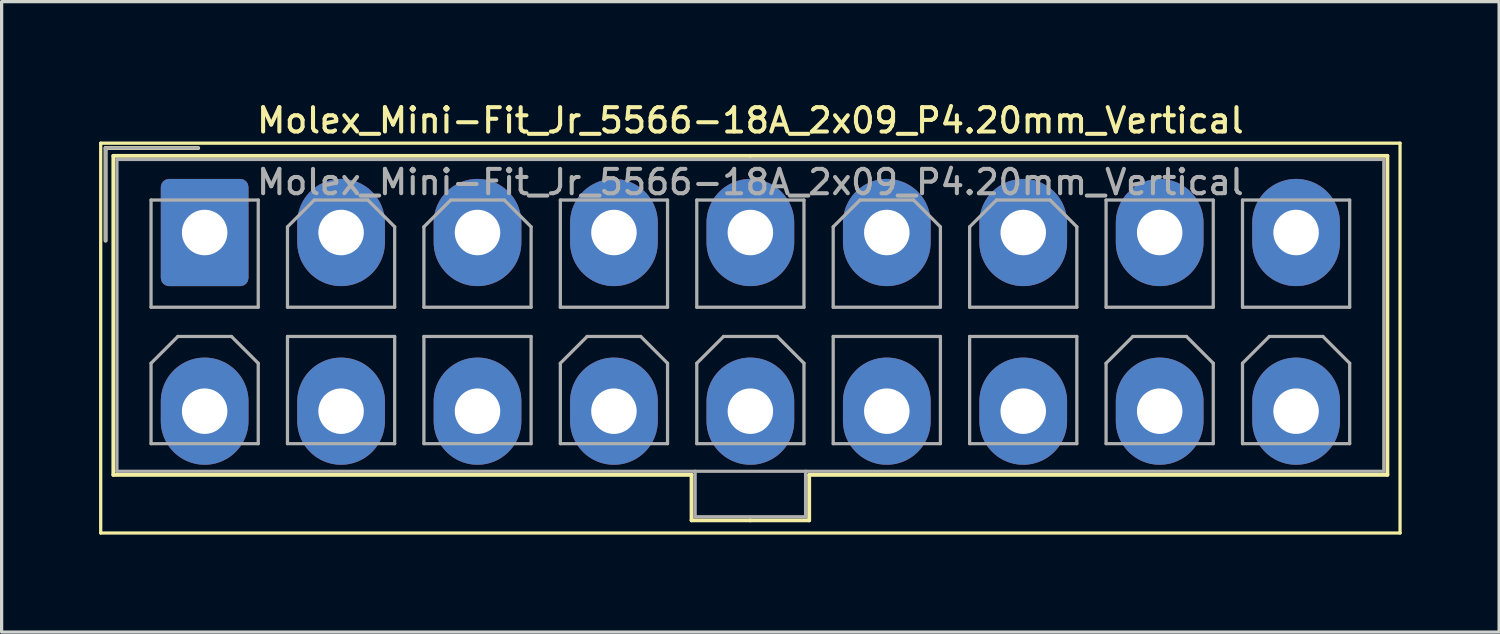
<source format=kicad_pcb>
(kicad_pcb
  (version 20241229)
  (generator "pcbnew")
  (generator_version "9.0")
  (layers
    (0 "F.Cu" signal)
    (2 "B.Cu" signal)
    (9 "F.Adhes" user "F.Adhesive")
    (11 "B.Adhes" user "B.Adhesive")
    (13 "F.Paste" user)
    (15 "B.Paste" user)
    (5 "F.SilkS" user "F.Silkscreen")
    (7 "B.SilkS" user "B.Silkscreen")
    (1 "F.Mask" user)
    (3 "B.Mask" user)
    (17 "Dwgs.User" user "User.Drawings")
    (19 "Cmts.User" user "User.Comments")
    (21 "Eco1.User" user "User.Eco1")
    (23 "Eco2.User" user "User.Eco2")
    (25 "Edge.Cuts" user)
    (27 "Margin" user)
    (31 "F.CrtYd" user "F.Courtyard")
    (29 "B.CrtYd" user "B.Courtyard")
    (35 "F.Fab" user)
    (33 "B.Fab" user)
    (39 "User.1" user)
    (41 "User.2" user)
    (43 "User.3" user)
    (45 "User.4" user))
  (footprint "Molex_Mini-Fit_Jr_5566-18A_2x09_P4.20mm_Vertical"
    (layer "F.Cu")
    (at 3.25 4.108)
    (property "Reference" "Molex_Mini-Fit_Jr_5566-18A_2x09_P4.20mm_Vertical" (at 16.8 -3.45 0) (layer "F.SilkS") (effects (font (size 0.75 0.75) (thickness 0.125))))
    (attr through_hole)
    (fp_line (start -3.2 -2.75) (end -3.2 9.25) (stroke (width 0.1) (type solid)) (layer "F.SilkS"))
    (fp_line (start -3.2 9.25) (end 36.8 9.25) (stroke (width 0.1) (type solid)) (layer "F.SilkS"))
    (fp_line (start -3.05 -2.6) (end -3.05 0.25) (stroke (width 0.12) (type solid)) (layer "F.SilkS"))
    (fp_line (start -2.81 -2.36) (end -2.81 7.46) (stroke (width 0.12) (type solid)) (layer "F.SilkS"))
    (fp_line (start -2.81 7.46) (end 14.99 7.46) (stroke (width 0.12) (type solid)) (layer "F.SilkS"))
    (fp_line (start -0.2 -2.6) (end -3.05 -2.6) (stroke (width 0.12) (type solid)) (layer "F.SilkS"))
    (fp_line (start 14.99 7.46) (end 14.99 8.86) (stroke (width 0.12) (type solid)) (layer "F.SilkS"))
    (fp_line (start 14.99 8.86) (end 16.8 8.86) (stroke (width 0.12) (type solid)) (layer "F.SilkS"))
    (fp_line (start 16.8 -2.36) (end -2.81 -2.36) (stroke (width 0.12) (type solid)) (layer "F.SilkS"))
    (fp_line (start 16.8 -2.36) (end 36.41 -2.36) (stroke (width 0.12) (type solid)) (layer "F.SilkS"))
    (fp_line (start 18.61 7.46) (end 18.61 8.86) (stroke (width 0.12) (type solid)) (layer "F.SilkS"))
    (fp_line (start 18.61 8.86) (end 16.8 8.86) (stroke (width 0.12) (type solid)) (layer "F.SilkS"))
    (fp_line (start 36.41 -2.36) (end 36.41 7.46) (stroke (width 0.12) (type solid)) (layer "F.SilkS"))
    (fp_line (start 36.41 7.46) (end 18.61 7.46) (stroke (width 0.12) (type solid)) (layer "F.SilkS"))
    (fp_line (start 36.8 -2.75) (end -3.2 -2.75) (stroke (width 0.1) (type solid)) (layer "F.SilkS"))
    (fp_line (start 36.8 9.25) (end 36.8 -2.75) (stroke (width 0.1) (type solid)) (layer "F.SilkS"))
    (fp_line (start -3.05 -2.6) (end -3.05 0.25) (stroke (width 0.1) (type solid)) (layer "F.Fab"))
    (fp_line (start -2.7 -2.25) (end -2.7 7.35) (stroke (width 0.1) (type solid)) (layer "F.Fab"))
    (fp_line (start -2.7 7.35) (end 36.3 7.35) (stroke (width 0.1) (type solid)) (layer "F.Fab"))
    (fp_line (start -1.65 -1) (end -1.65 2.3) (stroke (width 0.1) (type solid)) (layer "F.Fab"))
    (fp_line (start -1.65 2.3) (end 1.65 2.3) (stroke (width 0.1) (type solid)) (layer "F.Fab"))
    (fp_line (start -1.65 4.025) (end -0.825 3.2) (stroke (width 0.1) (type solid)) (layer "F.Fab"))
    (fp_line (start -1.65 6.5) (end -1.65 4.025) (stroke (width 0.1) (type solid)) (layer "F.Fab"))
    (fp_line (start -0.825 3.2) (end 0.825 3.2) (stroke (width 0.1) (type solid)) (layer "F.Fab"))
    (fp_line (start -0.2 -2.6) (end -3.05 -2.6) (stroke (width 0.1) (type solid)) (layer "F.Fab"))
    (fp_line (start 0.825 3.2) (end 1.65 4.025) (stroke (width 0.1) (type solid)) (layer "F.Fab"))
    (fp_line (start 1.65 -1) (end -1.65 -1) (stroke (width 0.1) (type solid)) (layer "F.Fab"))
    (fp_line (start 1.65 2.3) (end 1.65 -1) (stroke (width 0.1) (type solid)) (layer "F.Fab"))
    (fp_line (start 1.65 4.025) (end 1.65 6.5) (stroke (width 0.1) (type solid)) (layer "F.Fab"))
    (fp_line (start 1.65 6.5) (end -1.65 6.5) (stroke (width 0.1) (type solid)) (layer "F.Fab"))
    (fp_line (start 2.55 -0.175) (end 3.375 -1) (stroke (width 0.1) (type solid)) (layer "F.Fab"))
    (fp_line (start 2.55 2.3) (end 2.55 -0.175) (stroke (width 0.1) (type solid)) (layer "F.Fab"))
    (fp_line (start 2.55 3.2) (end 2.55 6.5) (stroke (width 0.1) (type solid)) (layer "F.Fab"))
    (fp_line (start 2.55 6.5) (end 5.85 6.5) (stroke (width 0.1) (type solid)) (layer "F.Fab"))
    (fp_line (start 3.375 -1) (end 5.025 -1) (stroke (width 0.1) (type solid)) (layer "F.Fab"))
    (fp_line (start 5.025 -1) (end 5.85 -0.175) (stroke (width 0.1) (type solid)) (layer "F.Fab"))
    (fp_line (start 5.85 -0.175) (end 5.85 2.3) (stroke (width 0.1) (type solid)) (layer "F.Fab"))
    (fp_line (start 5.85 2.3) (end 2.55 2.3) (stroke (width 0.1) (type solid)) (layer "F.Fab"))
    (fp_line (start 5.85 3.2) (end 2.55 3.2) (stroke (width 0.1) (type solid)) (layer "F.Fab"))
    (fp_line (start 5.85 6.5) (end 5.85 3.2) (stroke (width 0.1) (type solid)) (layer "F.Fab"))
    (fp_line (start 6.75 -0.175) (end 7.575 -1) (stroke (width 0.1) (type solid)) (layer "F.Fab"))
    (fp_line (start 6.75 2.3) (end 6.75 -0.175) (stroke (width 0.1) (type solid)) (layer "F.Fab"))
    (fp_line (start 6.75 3.2) (end 6.75 6.5) (stroke (width 0.1) (type solid)) (layer "F.Fab"))
    (fp_line (start 6.75 6.5) (end 10.05 6.5) (stroke (width 0.1) (type solid)) (layer "F.Fab"))
    (fp_line (start 7.575 -1) (end 9.225 -1) (stroke (width 0.1) (type solid)) (layer "F.Fab"))
    (fp_line (start 9.225 -1) (end 10.05 -0.175) (stroke (width 0.1) (type solid)) (layer "F.Fab"))
    (fp_line (start 10.05 -0.175) (end 10.05 2.3) (stroke (width 0.1) (type solid)) (layer "F.Fab"))
    (fp_line (start 10.05 2.3) (end 6.75 2.3) (stroke (width 0.1) (type solid)) (layer "F.Fab"))
    (fp_line (start 10.05 3.2) (end 6.75 3.2) (stroke (width 0.1) (type solid)) (layer "F.Fab"))
    (fp_line (start 10.05 6.5) (end 10.05 3.2) (stroke (width 0.1) (type solid)) (layer "F.Fab"))
    (fp_line (start 10.95 -1) (end 10.95 2.3) (stroke (width 0.1) (type solid)) (layer "F.Fab"))
    (fp_line (start 10.95 2.3) (end 14.25 2.3) (stroke (width 0.1) (type solid)) (layer "F.Fab"))
    (fp_line (start 10.95 4.025) (end 11.775 3.2) (stroke (width 0.1) (type solid)) (layer "F.Fab"))
    (fp_line (start 10.95 6.5) (end 10.95 4.025) (stroke (width 0.1) (type solid)) (layer "F.Fab"))
    (fp_line (start 11.775 3.2) (end 13.425 3.2) (stroke (width 0.1) (type solid)) (layer "F.Fab"))
    (fp_line (start 13.425 3.2) (end 14.25 4.025) (stroke (width 0.1) (type solid)) (layer "F.Fab"))
    (fp_line (start 14.25 -1) (end 10.95 -1) (stroke (width 0.1) (type solid)) (layer "F.Fab"))
    (fp_line (start 14.25 2.3) (end 14.25 -1) (stroke (width 0.1) (type solid)) (layer "F.Fab"))
    (fp_line (start 14.25 4.025) (end 14.25 6.5) (stroke (width 0.1) (type solid)) (layer "F.Fab"))
    (fp_line (start 14.25 6.5) (end 10.95 6.5) (stroke (width 0.1) (type solid)) (layer "F.Fab"))
    (fp_line (start 15.1 7.35) (end 15.1 8.75) (stroke (width 0.1) (type solid)) (layer "F.Fab"))
    (fp_line (start 15.1 8.75) (end 18.5 8.75) (stroke (width 0.1) (type solid)) (layer "F.Fab"))
    (fp_line (start 15.15 -1) (end 15.15 2.3) (stroke (width 0.1) (type solid)) (layer "F.Fab"))
    (fp_line (start 15.15 2.3) (end 18.45 2.3) (stroke (width 0.1) (type solid)) (layer "F.Fab"))
    (fp_line (start 15.15 4.025) (end 15.975 3.2) (stroke (width 0.1) (type solid)) (layer "F.Fab"))
    (fp_line (start 15.15 6.5) (end 15.15 4.025) (stroke (width 0.1) (type solid)) (layer "F.Fab"))
    (fp_line (start 15.975 3.2) (end 17.625 3.2) (stroke (width 0.1) (type solid)) (layer "F.Fab"))
    (fp_line (start 17.625 3.2) (end 18.45 4.025) (stroke (width 0.1) (type solid)) (layer "F.Fab"))
    (fp_line (start 18.45 -1) (end 15.15 -1) (stroke (width 0.1) (type solid)) (layer "F.Fab"))
    (fp_line (start 18.45 2.3) (end 18.45 -1) (stroke (width 0.1) (type solid)) (layer "F.Fab"))
    (fp_line (start 18.45 4.025) (end 18.45 6.5) (stroke (width 0.1) (type solid)) (layer "F.Fab"))
    (fp_line (start 18.45 6.5) (end 15.15 6.5) (stroke (width 0.1) (type solid)) (layer "F.Fab"))
    (fp_line (start 18.5 8.75) (end 18.5 7.35) (stroke (width 0.1) (type solid)) (layer "F.Fab"))
    (fp_line (start 19.35 -0.175) (end 20.175 -1) (stroke (width 0.1) (type solid)) (layer "F.Fab"))
    (fp_line (start 19.35 2.3) (end 19.35 -0.175) (stroke (width 0.1) (type solid)) (layer "F.Fab"))
    (fp_line (start 19.35 3.2) (end 19.35 6.5) (stroke (width 0.1) (type solid)) (layer "F.Fab"))
    (fp_line (start 19.35 6.5) (end 22.65 6.5) (stroke (width 0.1) (type solid)) (layer "F.Fab"))
    (fp_line (start 20.175 -1) (end 21.825 -1) (stroke (width 0.1) (type solid)) (layer "F.Fab"))
    (fp_line (start 21.825 -1) (end 22.65 -0.175) (stroke (width 0.1) (type solid)) (layer "F.Fab"))
    (fp_line (start 22.65 -0.175) (end 22.65 2.3) (stroke (width 0.1) (type solid)) (layer "F.Fab"))
    (fp_line (start 22.65 2.3) (end 19.35 2.3) (stroke (width 0.1) (type solid)) (layer "F.Fab"))
    (fp_line (start 22.65 3.2) (end 19.35 3.2) (stroke (width 0.1) (type solid)) (layer "F.Fab"))
    (fp_line (start 22.65 6.5) (end 22.65 3.2) (stroke (width 0.1) (type solid)) (layer "F.Fab"))
    (fp_line (start 23.55 -0.175) (end 24.375 -1) (stroke (width 0.1) (type solid)) (layer "F.Fab"))
    (fp_line (start 23.55 2.3) (end 23.55 -0.175) (stroke (width 0.1) (type solid)) (layer "F.Fab"))
    (fp_line (start 23.55 3.2) (end 23.55 6.5) (stroke (width 0.1) (type solid)) (layer "F.Fab"))
    (fp_line (start 23.55 6.5) (end 26.85 6.5) (stroke (width 0.1) (type solid)) (layer "F.Fab"))
    (fp_line (start 24.375 -1) (end 26.025 -1) (stroke (width 0.1) (type solid)) (layer "F.Fab"))
    (fp_line (start 26.025 -1) (end 26.85 -0.175) (stroke (width 0.1) (type solid)) (layer "F.Fab"))
    (fp_line (start 26.85 -0.175) (end 26.85 2.3) (stroke (width 0.1) (type solid)) (layer "F.Fab"))
    (fp_line (start 26.85 2.3) (end 23.55 2.3) (stroke (width 0.1) (type solid)) (layer "F.Fab"))
    (fp_line (start 26.85 3.2) (end 23.55 3.2) (stroke (width 0.1) (type solid)) (layer "F.Fab"))
    (fp_line (start 26.85 6.5) (end 26.85 3.2) (stroke (width 0.1) (type solid)) (layer "F.Fab"))
    (fp_line (start 27.75 -1) (end 27.75 2.3) (stroke (width 0.1) (type solid)) (layer "F.Fab"))
    (fp_line (start 27.75 2.3) (end 31.05 2.3) (stroke (width 0.1) (type solid)) (layer "F.Fab"))
    (fp_line (start 27.75 4.025) (end 28.575 3.2) (stroke (width 0.1) (type solid)) (layer "F.Fab"))
    (fp_line (start 27.75 6.5) (end 27.75 4.025) (stroke (width 0.1) (type solid)) (layer "F.Fab"))
    (fp_line (start 28.575 3.2) (end 30.225 3.2) (stroke (width 0.1) (type solid)) (layer "F.Fab"))
    (fp_line (start 30.225 3.2) (end 31.05 4.025) (stroke (width 0.1) (type solid)) (layer "F.Fab"))
    (fp_line (start 31.05 -1) (end 27.75 -1) (stroke (width 0.1) (type solid)) (layer "F.Fab"))
    (fp_line (start 31.05 2.3) (end 31.05 -1) (stroke (width 0.1) (type solid)) (layer "F.Fab"))
    (fp_line (start 31.05 4.025) (end 31.05 6.5) (stroke (width 0.1) (type solid)) (layer "F.Fab"))
    (fp_line (start 31.05 6.5) (end 27.75 6.5) (stroke (width 0.1) (type solid)) (layer "F.Fab"))
    (fp_line (start 31.95 -1) (end 31.95 2.3) (stroke (width 0.1) (type solid)) (layer "F.Fab"))
    (fp_line (start 31.95 2.3) (end 35.25 2.3) (stroke (width 0.1) (type solid)) (layer "F.Fab"))
    (fp_line (start 31.95 4.025) (end 32.775 3.2) (stroke (width 0.1) (type solid)) (layer "F.Fab"))
    (fp_line (start 31.95 6.5) (end 31.95 4.025) (stroke (width 0.1) (type solid)) (layer "F.Fab"))
    (fp_line (start 32.775 3.2) (end 34.425 3.2) (stroke (width 0.1) (type solid)) (layer "F.Fab"))
    (fp_line (start 34.425 3.2) (end 35.25 4.025) (stroke (width 0.1) (type solid)) (layer "F.Fab"))
    (fp_line (start 35.25 -1) (end 31.95 -1) (stroke (width 0.1) (type solid)) (layer "F.Fab"))
    (fp_line (start 35.25 2.3) (end 35.25 -1) (stroke (width 0.1) (type solid)) (layer "F.Fab"))
    (fp_line (start 35.25 4.025) (end 35.25 6.5) (stroke (width 0.1) (type solid)) (layer "F.Fab"))
    (fp_line (start 35.25 6.5) (end 31.95 6.5) (stroke (width 0.1) (type solid)) (layer "F.Fab"))
    (fp_line (start 36.3 -2.25) (end -2.7 -2.25) (stroke (width 0.1) (type solid)) (layer "F.Fab"))
    (fp_line (start 36.3 7.35) (end 36.3 -2.25) (stroke (width 0.1) (type solid)) (layer "F.Fab"))
    (fp_text user "${REFERENCE}" (at 16.8 -1.55 0) (layer "F.Fab") (effects (font (size 0.75 0.75) (thickness 0.125))))
    (pad "1" thru_hole roundrect (at 0 0) (size 2.7 3.3) (drill 1.4) (layers "*.Cu" "*.Mask") (roundrect_rratio 0.093))
    (pad "2" thru_hole oval (at 4.2 0) (size 2.7 3.3) (drill 1.4) (layers "*.Cu" "*.Mask"))
    (pad "3" thru_hole oval (at 8.4 0) (size 2.7 3.3) (drill 1.4) (layers "*.Cu" "*.Mask"))
    (pad "4" thru_hole oval (at 12.6 0) (size 2.7 3.3) (drill 1.4) (layers "*.Cu" "*.Mask"))
    (pad "5" thru_hole oval (at 16.8 0) (size 2.7 3.3) (drill 1.4) (layers "*.Cu" "*.Mask"))
    (pad "6" thru_hole oval (at 21 0) (size 2.7 3.3) (drill 1.4) (layers "*.Cu" "*.Mask"))
    (pad "7" thru_hole oval (at 25.2 0) (size 2.7 3.3) (drill 1.4) (layers "*.Cu" "*.Mask"))
    (pad "8" thru_hole oval (at 29.4 0) (size 2.7 3.3) (drill 1.4) (layers "*.Cu" "*.Mask"))
    (pad "9" thru_hole oval (at 33.6 0) (size 2.7 3.3) (drill 1.4) (layers "*.Cu" "*.Mask"))
    (pad "10" thru_hole oval (at 0 5.5) (size 2.7 3.3) (drill 1.4) (layers "*.Cu" "*.Mask"))
    (pad "11" thru_hole oval (at 4.2 5.5) (size 2.7 3.3) (drill 1.4) (layers "*.Cu" "*.Mask"))
    (pad "12" thru_hole oval (at 8.4 5.5) (size 2.7 3.3) (drill 1.4) (layers "*.Cu" "*.Mask"))
    (pad "13" thru_hole oval (at 12.6 5.5) (size 2.7 3.3) (drill 1.4) (layers "*.Cu" "*.Mask"))
    (pad "14" thru_hole oval (at 16.8 5.5) (size 2.7 3.3) (drill 1.4) (layers "*.Cu" "*.Mask"))
    (pad "15" thru_hole oval (at 21 5.5) (size 2.7 3.3) (drill 1.4) (layers "*.Cu" "*.Mask"))
    (pad "16" thru_hole oval (at 25.2 5.5) (size 2.7 3.3) (drill 1.4) (layers "*.Cu" "*.Mask"))
    (pad "17" thru_hole oval (at 29.4 5.5) (size 2.7 3.3) (drill 1.4) (layers "*.Cu" "*.Mask"))
    (pad "18" thru_hole oval (at 33.6 5.5) (size 2.7 3.3) (drill 1.4) (layers "*.Cu" "*.Mask")))
  (gr_rect
    (start -3 -3)
    (end 43.1 16.408)
    (stroke (width 0.1) (type default))
    (fill no)
    (layer "Edge.Cuts")))
</source>
